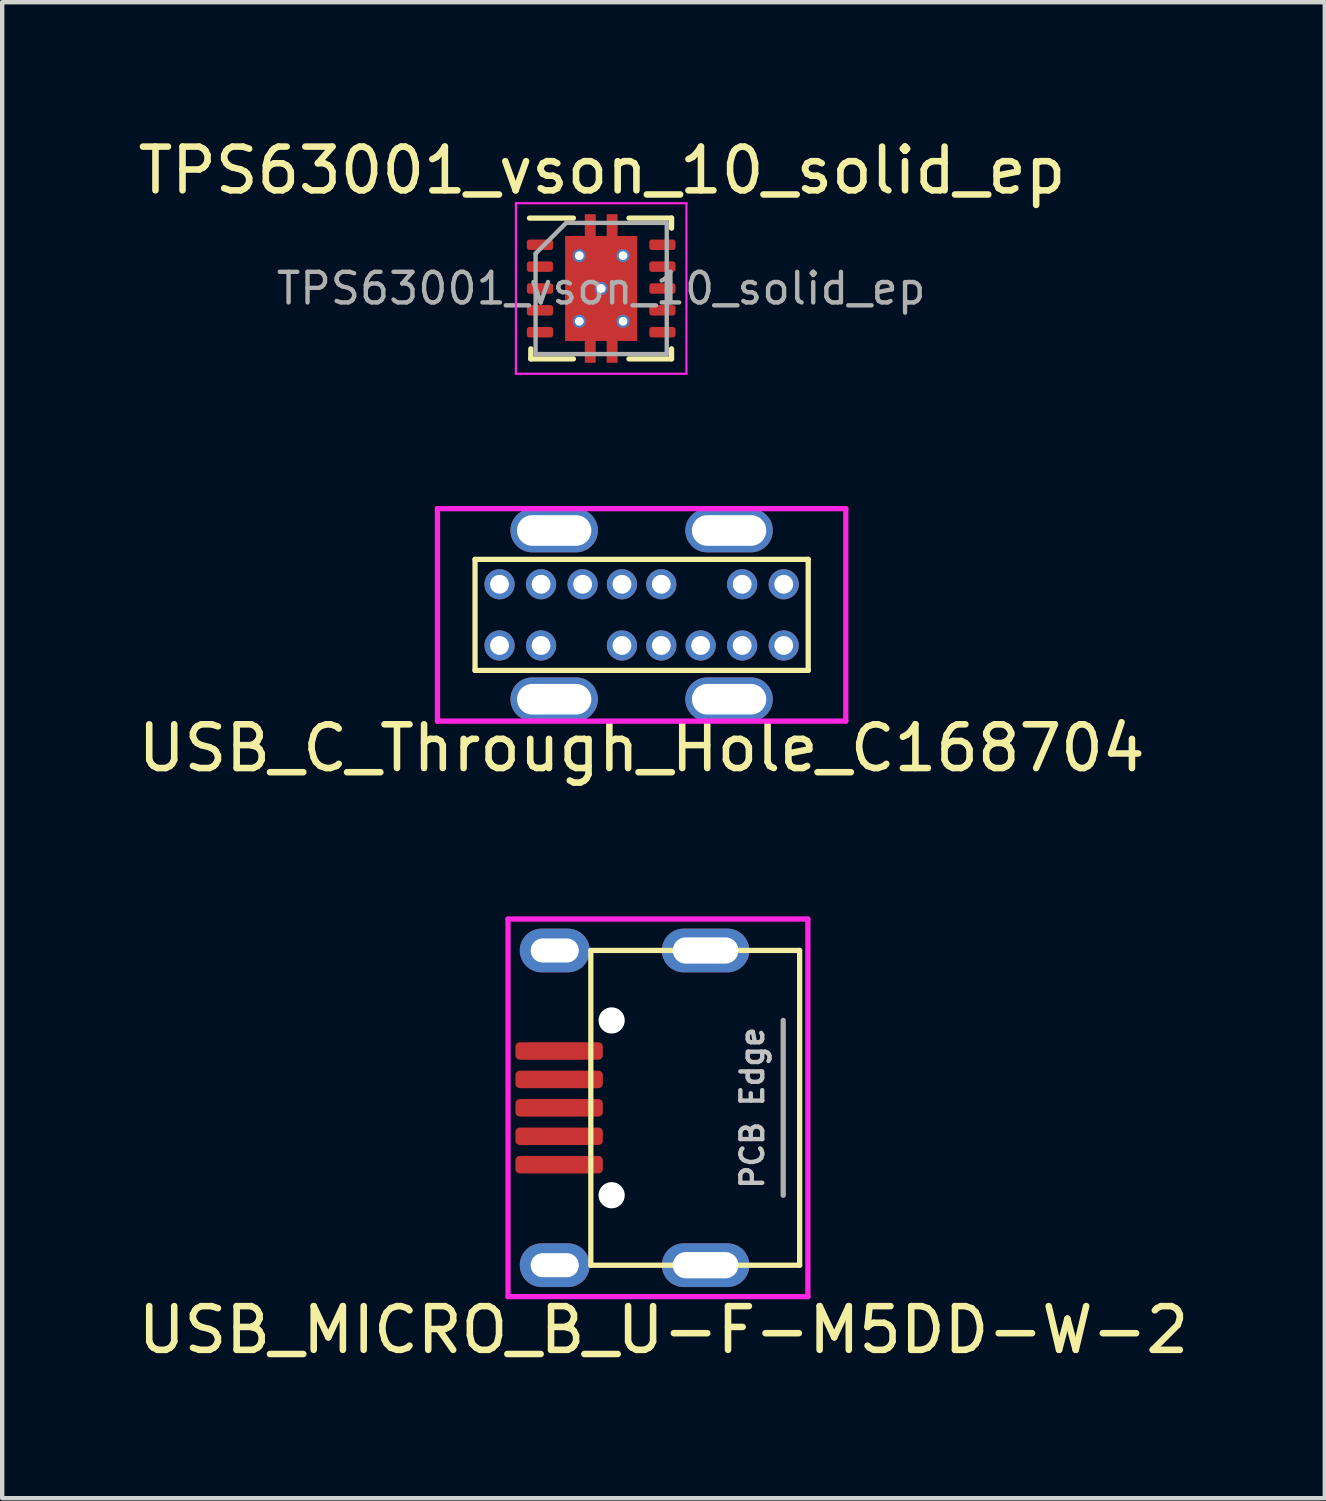
<source format=kicad_pcb>
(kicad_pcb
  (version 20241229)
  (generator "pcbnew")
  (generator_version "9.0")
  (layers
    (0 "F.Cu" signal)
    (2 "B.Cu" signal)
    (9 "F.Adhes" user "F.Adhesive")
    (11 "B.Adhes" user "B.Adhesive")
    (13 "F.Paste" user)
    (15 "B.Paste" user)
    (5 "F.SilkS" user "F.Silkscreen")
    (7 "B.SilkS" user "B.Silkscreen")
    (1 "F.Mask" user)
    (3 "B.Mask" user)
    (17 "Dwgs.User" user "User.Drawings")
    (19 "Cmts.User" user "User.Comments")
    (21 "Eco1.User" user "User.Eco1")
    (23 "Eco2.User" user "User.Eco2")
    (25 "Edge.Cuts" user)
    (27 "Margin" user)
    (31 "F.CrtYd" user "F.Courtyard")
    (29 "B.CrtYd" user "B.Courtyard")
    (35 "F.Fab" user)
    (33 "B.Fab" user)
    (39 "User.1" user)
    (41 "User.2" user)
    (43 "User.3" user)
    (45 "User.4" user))
  (footprint "USB_C_Through_Hole_C168704"
    (layer "F.Cu")
    (at 11.625 11.013)
    (property "Reference" "USB_C_Through_Hole_C168704" (at 0 3.048 0) (layer "F.SilkS") (effects (font (size 1 1) (thickness 0.15))))
    (attr through_hole)
    (fp_line (start -3.81 -1.27) (end -3.81 1.27) (stroke (width 0.12) (type solid)) (layer "F.SilkS"))
    (fp_line (start -3.81 1.27) (end 3.81 1.27) (stroke (width 0.12) (type solid)) (layer "F.SilkS"))
    (fp_line (start 3.81 -1.27) (end -3.81 -1.27) (stroke (width 0.12) (type solid)) (layer "F.SilkS"))
    (fp_line (start 3.81 -1.27) (end 3.81 1.27) (stroke (width 0.12) (type solid)) (layer "F.SilkS"))
    (fp_line (start -4.67 -2.43) (end -4.67 2.43) (stroke (width 0.12) (type solid)) (layer "F.CrtYd"))
    (fp_line (start -4.67 -2.43) (end 4.67 -2.43) (stroke (width 0.12) (type solid)) (layer "F.CrtYd"))
    (fp_line (start -4.67 2.43) (end 4.67 2.43) (stroke (width 0.12) (type solid)) (layer "F.CrtYd"))
    (fp_line (start 4.67 -2.43) (end 4.67 2.43) (stroke (width 0.12) (type solid)) (layer "F.CrtYd"))
    (pad "A1" thru_hole circle (at -3.25 -0.7) (size 0.69 0.69) (drill 0.43) (layers "*.Cu" "*.Mask"))
    (pad "A1" thru_hole circle (at -3.25 0.7) (size 0.69 0.69) (drill 0.43) (layers "*.Cu" "*.Mask"))
    (pad "A1" thru_hole circle (at 3.25 -0.7) (size 0.69 0.69) (drill 0.43) (layers "*.Cu" "*.Mask"))
    (pad "A1" thru_hole circle (at 3.25 0.7) (size 0.69 0.69) (drill 0.43) (layers "*.Cu" "*.Mask"))
    (pad "A4" thru_hole circle (at -2.3 -0.7) (size 0.69 0.69) (drill 0.43) (layers "*.Cu" "*.Mask"))
    (pad "A4" thru_hole circle (at -2.3 0.7) (size 0.69 0.69) (drill 0.43) (layers "*.Cu" "*.Mask"))
    (pad "A4" thru_hole circle (at 2.3 -0.7) (size 0.69 0.69) (drill 0.43) (layers "*.Cu" "*.Mask"))
    (pad "A4" thru_hole circle (at 2.3 0.7) (size 0.69 0.69) (drill 0.43) (layers "*.Cu" "*.Mask"))
    (pad "A5" thru_hole circle (at -1.35 -0.7) (size 0.69 0.69) (drill 0.43) (layers "*.Cu" "*.Mask"))
    (pad "A6" thru_hole circle (at -0.45 -0.7) (size 0.69 0.69) (drill 0.43) (layers "*.Cu" "*.Mask"))
    (pad "A6" thru_hole circle (at 0.45 0.7) (size 0.69 0.69) (drill 0.43) (layers "*.Cu" "*.Mask"))
    (pad "A7" thru_hole circle (at -0.45 0.7) (size 0.69 0.69) (drill 0.43) (layers "*.Cu" "*.Mask"))
    (pad "A7" thru_hole circle (at 0.45 -0.7) (size 0.69 0.69) (drill 0.43) (layers "*.Cu" "*.Mask"))
    (pad "B5" thru_hole circle (at 1.35 0.7) (size 0.69 0.69) (drill 0.43) (layers "*.Cu" "*.Mask"))
    (pad "S1" thru_hole oval (at -2 -1.93) (size 2 1) (drill oval 1.7 0.7) (layers "*.Cu" "*.Mask"))
    (pad "S1" thru_hole oval (at -2 1.93) (size 2 1) (drill oval 1.7 0.7) (layers "*.Cu" "*.Mask"))
    (pad "S1" thru_hole oval (at 2 -1.93) (size 2 1) (drill oval 1.7 0.7) (layers "*.Cu" "*.Mask"))
    (pad "S1" thru_hole oval (at 2 1.93) (size 2 1) (drill oval 1.7 0.7) (layers "*.Cu" "*.Mask")))
  (footprint "USB_MICRO_B_U-F-M5DD-W-2"
    (layer "F.Cu")
    (at 11.363 22.288)
    (property "Reference" "USB_MICRO_B_U-F-M5DD-W-2" (at 0.762 5.08 0) (layer "F.SilkS") (effects (font (size 1 1) (thickness 0.15))))
    (attr through_hole)
    (fp_line (start -0.9 3.6) (end -0.9 -3.6) (stroke (width 0.12) (type solid)) (layer "F.SilkS"))
    (fp_line (start 3.876 -3.6) (end -0.9 -3.6) (stroke (width 0.12) (type solid)) (layer "F.SilkS"))
    (fp_line (start 3.876 3.6) (end -0.9 3.6) (stroke (width 0.12) (type solid)) (layer "F.SilkS"))
    (fp_line (start 3.876 3.6) (end 3.876 -3.6) (stroke (width 0.12) (type solid)) (layer "F.SilkS"))
    (fp_line (start -2.794 -4.318) (end -2.794 4.318) (stroke (width 0.12) (type solid)) (layer "F.CrtYd"))
    (fp_line (start -2.794 4.318) (end 4.064 4.318) (stroke (width 0.12) (type solid)) (layer "F.CrtYd"))
    (fp_line (start 4.064 -4.318) (end -2.794 -4.318) (stroke (width 0.12) (type solid)) (layer "F.CrtYd"))
    (fp_line (start 4.064 4.318) (end 4.064 -4.318) (stroke (width 0.12) (type solid)) (layer "F.CrtYd"))
    (fp_line (start 3.5 -2) (end 3.5 2) (stroke (width 0.12) (type solid)) (layer "F.Fab"))
    (fp_text user "PCB Edge" (at 2.794 0 90) (layer "Dwgs.User") (effects (font (size 0.5 0.5) (thickness 0.1))))
    (pad "" np_thru_hole circle (at -0.424 -1.999 90) (size 0.6 0.6) (drill 0.6) (layers "*.Cu" "*.Mask"))
    (pad "" np_thru_hole circle (at -0.424 1.999 90) (size 0.6 0.6) (drill 0.6) (layers "*.Cu" "*.Mask"))
    (pad "1" smd roundrect (at -1.625 1.3) (size 2 0.4) (layers "F.Cu" "F.Mask" "F.Paste") (roundrect_rratio 0.25))
    (pad "2" smd roundrect (at -1.625 0.65) (size 2 0.4) (layers "F.Cu" "F.Mask" "F.Paste") (roundrect_rratio 0.25))
    (pad "3" smd roundrect (at -1.625 0) (size 2 0.4) (layers "F.Cu" "F.Mask" "F.Paste") (roundrect_rratio 0.25))
    (pad "4" smd roundrect (at -1.625 -0.65) (size 2 0.4) (layers "F.Cu" "F.Mask" "F.Paste") (roundrect_rratio 0.25))
    (pad "5" smd roundrect (at -1.625 -1.3) (size 2 0.4) (layers "F.Cu" "F.Mask" "F.Paste") (roundrect_rratio 0.25))
    (pad "6" thru_hole oval (at -1.725 -3.599 90) (size 1 1.6) (drill oval 0.55 1.1) (layers "*.Cu" "*.Mask"))
    (pad "6" thru_hole oval (at -1.725 3.599 90) (size 1 1.6) (drill oval 0.55 1.1) (layers "*.Cu" "*.Mask"))
    (pad "6" thru_hole oval (at 1.725 -3.599 90) (size 1 2) (drill oval 0.6 1.5) (layers "*.Cu" "*.Mask"))
    (pad "6" thru_hole oval (at 1.725 3.599 90) (size 1 2) (drill oval 0.6 1.5) (layers "*.Cu" "*.Mask")))
  (footprint "TPS63001_vson_10_solid_ep"
    (layer "F.Cu")
    (at 10.7 3.548)
    (property "Reference" "TPS63001_vson_10_solid_ep" (at 0.02 -2.7 0) (layer "F.SilkS") (effects (font (size 1 1) (thickness 0.15))))
    (attr smd)
    (fp_line (start -1.64 -1.61) (end -0.635 -1.61) (stroke (width 0.12) (type solid)) (layer "F.SilkS"))
    (fp_line (start -1.61 1.38) (end -1.61 1.61) (stroke (width 0.12) (type solid)) (layer "F.SilkS"))
    (fp_line (start -1.61 1.61) (end -0.635 1.61) (stroke (width 0.12) (type solid)) (layer "F.SilkS"))
    (fp_line (start 0.635 -1.61) (end 1.61 -1.61) (stroke (width 0.12) (type solid)) (layer "F.SilkS"))
    (fp_line (start 0.635 1.61) (end 1.61 1.61) (stroke (width 0.12) (type solid)) (layer "F.SilkS"))
    (fp_line (start 1.61 -1.61) (end 1.61 -1.38) (stroke (width 0.12) (type solid)) (layer "F.SilkS"))
    (fp_line (start 1.61 1.38) (end 1.61 1.61) (stroke (width 0.12) (type solid)) (layer "F.SilkS"))
    (fp_line (start -1.95 -1.95) (end -1.95 1.95) (stroke (width 0.05) (type solid)) (layer "F.CrtYd"))
    (fp_line (start -1.95 -1.95) (end 1.95 -1.95) (stroke (width 0.05) (type solid)) (layer "F.CrtYd"))
    (fp_line (start -1.95 1.95) (end 1.95 1.95) (stroke (width 0.05) (type solid)) (layer "F.CrtYd"))
    (fp_line (start 1.95 -1.95) (end 1.95 1.95) (stroke (width 0.05) (type solid)) (layer "F.CrtYd"))
    (fp_line (start -1.5 -0.8) (end -1.5 1.5) (stroke (width 0.1) (type solid)) (layer "F.Fab"))
    (fp_line (start -1.5 -0.8) (end -0.8 -1.5) (stroke (width 0.1) (type solid)) (layer "F.Fab"))
    (fp_line (start -1.5 1.5) (end 1.5 1.5) (stroke (width 0.1) (type solid)) (layer "F.Fab"))
    (fp_line (start -0.8 -1.5) (end 1.5 -1.5) (stroke (width 0.1) (type solid)) (layer "F.Fab"))
    (fp_line (start 1.5 -1.5) (end 1.5 1.5) (stroke (width 0.1) (type solid)) (layer "F.Fab"))
    (fp_text user "${REFERENCE}" (at 0 0 0) (layer "F.Fab") (effects (font (size 0.7 0.7) (thickness 0.1))))
    (pad "" smd roundrect (at -0.45 -0.635) (size 0.68 1.05) (layers "F.Paste") (roundrect_rratio 0.1))
    (pad "" smd roundrect (at -0.45 0.635) (size 0.68 1.05) (layers "F.Paste") (roundrect_rratio 0.1))
    (pad "" smd roundrect (at -0.25 -1.53) (size 0.25 0.34) (layers "F.Paste") (roundrect_rratio 0.1))
    (pad "" smd roundrect (at -0.25 1.53) (size 0.25 0.34) (layers "F.Paste") (roundrect_rratio 0.1))
    (pad "" smd roundrect (at 0.25 -1.53) (size 0.25 0.34) (layers "F.Paste") (roundrect_rratio 0.1))
    (pad "" smd roundrect (at 0.25 1.53) (size 0.25 0.34) (layers "F.Paste") (roundrect_rratio 0.1))
    (pad "" smd roundrect (at 0.45 -0.635) (size 0.68 1.05) (layers "F.Paste") (roundrect_rratio 0.1))
    (pad "" smd roundrect (at 0.45 0.635) (size 0.68 1.05) (layers "F.Paste") (roundrect_rratio 0.1))
    (pad "1" smd roundrect (at -1.4 -1) (size 0.6 0.24) (layers "F.Cu" "F.Mask" "F.Paste") (roundrect_rratio 0.25))
    (pad "2" smd roundrect (at -1.4 -0.5) (size 0.6 0.24) (layers "F.Cu" "F.Mask" "F.Paste") (roundrect_rratio 0.25))
    (pad "3" smd roundrect (at -1.4 0) (size 0.6 0.24) (layers "F.Cu" "F.Mask" "F.Paste") (roundrect_rratio 0.25))
    (pad "4" smd roundrect (at -1.4 0.5) (size 0.6 0.24) (layers "F.Cu" "F.Mask" "F.Paste") (roundrect_rratio 0.25))
    (pad "5" smd roundrect (at -1.4 1) (size 0.6 0.24) (layers "F.Cu" "F.Mask" "F.Paste") (roundrect_rratio 0.25))
    (pad "6" smd roundrect (at 1.4 1) (size 0.6 0.24) (layers "F.Cu" "F.Mask" "F.Paste") (roundrect_rratio 0.25))
    (pad "7" smd roundrect (at 1.4 0.5) (size 0.6 0.24) (layers "F.Cu" "F.Mask" "F.Paste") (roundrect_rratio 0.25))
    (pad "8" smd roundrect (at 1.4 0) (size 0.6 0.24) (layers "F.Cu" "F.Mask" "F.Paste") (roundrect_rratio 0.25))
    (pad "9" smd roundrect (at 1.4 -0.5) (size 0.6 0.24) (layers "F.Cu" "F.Mask" "F.Paste") (roundrect_rratio 0.25))
    (pad "10" smd roundrect (at 1.4 -1) (size 0.6 0.24) (layers "F.Cu" "F.Mask" "F.Paste") (roundrect_rratio 0.25))
    (pad "11" thru_hole circle (at -0.5 -0.75) (size 0.3 0.3) (drill 0.2) (layers "*.Cu"))
    (pad "11" thru_hole circle (at -0.5 0.75) (size 0.3 0.3) (drill 0.2) (layers "*.Cu"))
    (pad "11" thru_hole circle (at 0 0) (size 0.3 0.3) (drill 0.2) (layers "*.Cu"))
    (pad "11" smd custom (at 0 0) (size 1.65 2.4) (layers "F.Cu" "F.Mask") (options (anchor rect)) (primitives (gr_poly (pts (xy -0.375 -1.1) (xy -0.375 -1.7) (xy -0.125 -1.7) (xy -0.125 -1.1) (xy 0.125 -1.1) (xy 0.125 -1.7) (xy 0.375 -1.7) (xy 0.375 1.7) (xy 0.125 1.7) (xy 0.125 1.1) (xy -0.125 1.1) (xy -0.125 1.7) (xy -0.375 1.7)) (width 0) (fill yes))))
    (pad "11" thru_hole circle (at 0.5 -0.75) (size 0.3 0.3) (drill 0.2) (layers "*.Cu"))
    (pad "11" thru_hole circle (at 0.5 0.75) (size 0.3 0.3) (drill 0.2) (layers "*.Cu")))
  (gr_rect
    (start -3 -3)
    (end 27.25 31.216)
    (stroke (width 0.1) (type default))
    (fill no)
    (layer "Edge.Cuts")))
</source>
